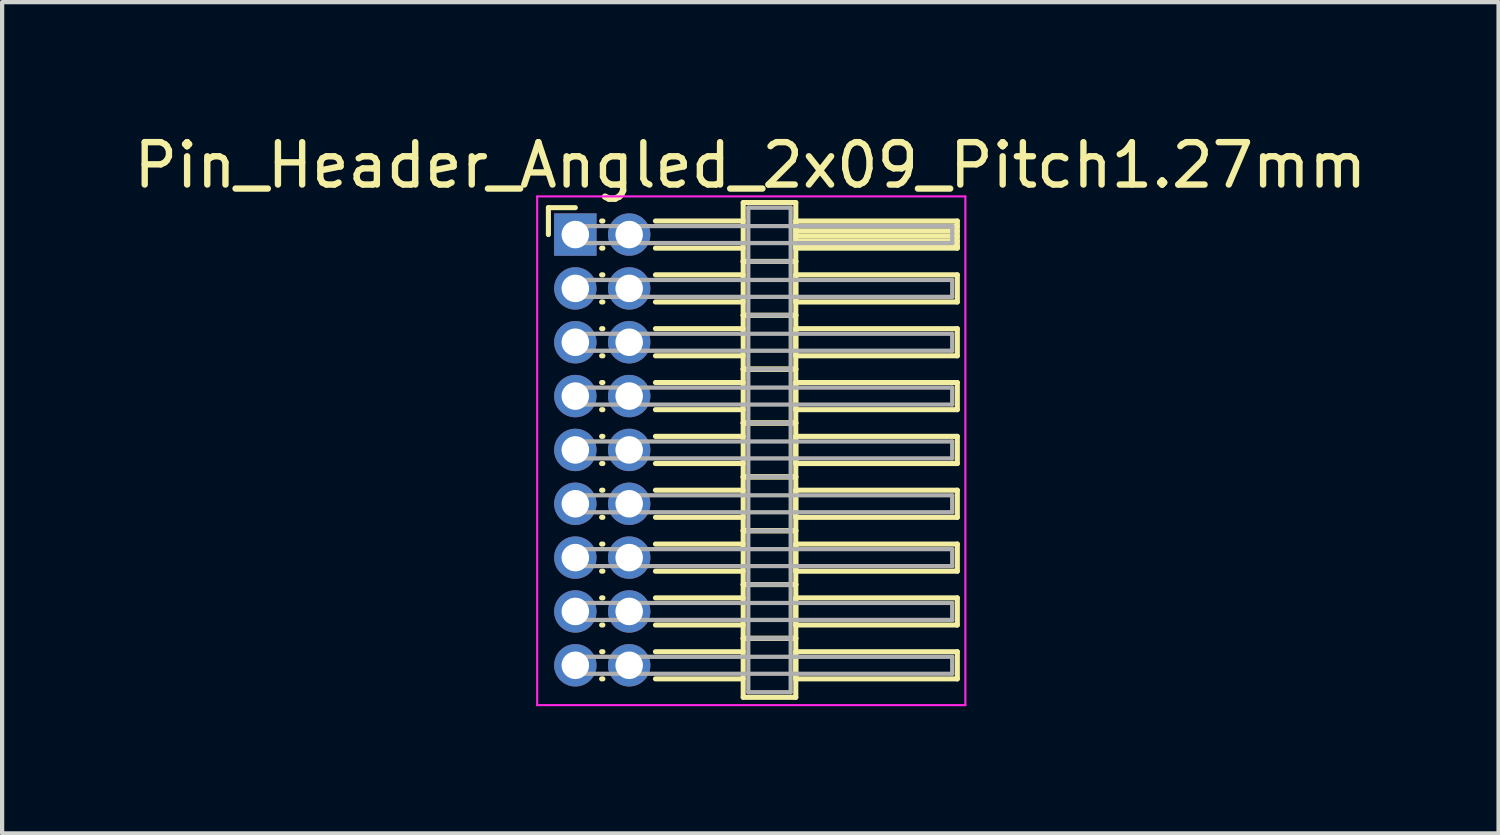
<source format=kicad_pcb>
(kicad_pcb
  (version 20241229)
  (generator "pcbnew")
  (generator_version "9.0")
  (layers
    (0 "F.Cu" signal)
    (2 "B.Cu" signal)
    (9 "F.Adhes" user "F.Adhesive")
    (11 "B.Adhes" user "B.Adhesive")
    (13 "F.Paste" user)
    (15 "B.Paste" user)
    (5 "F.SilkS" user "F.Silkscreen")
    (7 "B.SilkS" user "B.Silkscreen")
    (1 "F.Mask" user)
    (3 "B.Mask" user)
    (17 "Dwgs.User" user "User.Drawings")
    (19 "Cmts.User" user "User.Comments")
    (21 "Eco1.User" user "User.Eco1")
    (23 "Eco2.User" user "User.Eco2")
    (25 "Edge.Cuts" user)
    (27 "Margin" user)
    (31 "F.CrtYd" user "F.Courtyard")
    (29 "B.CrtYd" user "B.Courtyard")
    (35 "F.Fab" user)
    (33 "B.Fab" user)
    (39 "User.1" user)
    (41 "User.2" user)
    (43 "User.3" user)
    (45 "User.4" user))
  (footprint "Pin_Header_Angled_2x09_Pitch1.27mm"
    (layer "F.Cu")
    (at 10.521 2.483)
    (property "Reference" "Pin_Header_Angled_2x09_Pitch1.27mm" (at 4.128 -1.635 0) (layer "F.SilkS") (effects (font (size 1 1) (thickness 0.15))))
    (attr through_hole)
    (fp_line (start -0.635 -0.635) (end 0 -0.635) (stroke (width 0.12) (type solid)) (layer "F.SilkS"))
    (fp_line (start -0.635 0) (end -0.635 -0.635) (stroke (width 0.12) (type solid)) (layer "F.SilkS"))
    (fp_line (start 0.62 -0.32) (end 0.65 -0.32) (stroke (width 0.12) (type solid)) (layer "F.SilkS"))
    (fp_line (start 0.62 0.32) (end 0.65 0.32) (stroke (width 0.12) (type solid)) (layer "F.SilkS"))
    (fp_line (start 0.62 0.95) (end 0.65 0.95) (stroke (width 0.12) (type solid)) (layer "F.SilkS"))
    (fp_line (start 0.62 1.59) (end 0.65 1.59) (stroke (width 0.12) (type solid)) (layer "F.SilkS"))
    (fp_line (start 0.62 2.22) (end 0.65 2.22) (stroke (width 0.12) (type solid)) (layer "F.SilkS"))
    (fp_line (start 0.62 2.86) (end 0.65 2.86) (stroke (width 0.12) (type solid)) (layer "F.SilkS"))
    (fp_line (start 0.62 3.49) (end 0.65 3.49) (stroke (width 0.12) (type solid)) (layer "F.SilkS"))
    (fp_line (start 0.62 4.13) (end 0.65 4.13) (stroke (width 0.12) (type solid)) (layer "F.SilkS"))
    (fp_line (start 0.62 4.76) (end 0.65 4.76) (stroke (width 0.12) (type solid)) (layer "F.SilkS"))
    (fp_line (start 0.62 5.4) (end 0.65 5.4) (stroke (width 0.12) (type solid)) (layer "F.SilkS"))
    (fp_line (start 0.62 6.03) (end 0.65 6.03) (stroke (width 0.12) (type solid)) (layer "F.SilkS"))
    (fp_line (start 0.62 6.67) (end 0.65 6.67) (stroke (width 0.12) (type solid)) (layer "F.SilkS"))
    (fp_line (start 0.62 7.3) (end 0.65 7.3) (stroke (width 0.12) (type solid)) (layer "F.SilkS"))
    (fp_line (start 0.62 7.94) (end 0.65 7.94) (stroke (width 0.12) (type solid)) (layer "F.SilkS"))
    (fp_line (start 0.62 8.57) (end 0.65 8.57) (stroke (width 0.12) (type solid)) (layer "F.SilkS"))
    (fp_line (start 0.62 9.21) (end 0.65 9.21) (stroke (width 0.12) (type solid)) (layer "F.SilkS"))
    (fp_line (start 0.62 9.84) (end 0.65 9.84) (stroke (width 0.12) (type solid)) (layer "F.SilkS"))
    (fp_line (start 0.62 10.48) (end 0.65 10.48) (stroke (width 0.12) (type solid)) (layer "F.SilkS"))
    (fp_line (start 1.89 -0.32) (end 3.96 -0.32) (stroke (width 0.12) (type solid)) (layer "F.SilkS"))
    (fp_line (start 1.89 0.32) (end 3.96 0.32) (stroke (width 0.12) (type solid)) (layer "F.SilkS"))
    (fp_line (start 1.89 0.95) (end 3.96 0.95) (stroke (width 0.12) (type solid)) (layer "F.SilkS"))
    (fp_line (start 1.89 1.59) (end 3.96 1.59) (stroke (width 0.12) (type solid)) (layer "F.SilkS"))
    (fp_line (start 1.89 2.22) (end 3.96 2.22) (stroke (width 0.12) (type solid)) (layer "F.SilkS"))
    (fp_line (start 1.89 2.86) (end 3.96 2.86) (stroke (width 0.12) (type solid)) (layer "F.SilkS"))
    (fp_line (start 1.89 3.49) (end 3.96 3.49) (stroke (width 0.12) (type solid)) (layer "F.SilkS"))
    (fp_line (start 1.89 4.13) (end 3.96 4.13) (stroke (width 0.12) (type solid)) (layer "F.SilkS"))
    (fp_line (start 1.89 4.76) (end 3.96 4.76) (stroke (width 0.12) (type solid)) (layer "F.SilkS"))
    (fp_line (start 1.89 5.4) (end 3.96 5.4) (stroke (width 0.12) (type solid)) (layer "F.SilkS"))
    (fp_line (start 1.89 6.03) (end 3.96 6.03) (stroke (width 0.12) (type solid)) (layer "F.SilkS"))
    (fp_line (start 1.89 6.67) (end 3.96 6.67) (stroke (width 0.12) (type solid)) (layer "F.SilkS"))
    (fp_line (start 1.89 7.3) (end 3.96 7.3) (stroke (width 0.12) (type solid)) (layer "F.SilkS"))
    (fp_line (start 1.89 7.94) (end 3.96 7.94) (stroke (width 0.12) (type solid)) (layer "F.SilkS"))
    (fp_line (start 1.89 8.57) (end 3.96 8.57) (stroke (width 0.12) (type solid)) (layer "F.SilkS"))
    (fp_line (start 1.89 9.21) (end 3.96 9.21) (stroke (width 0.12) (type solid)) (layer "F.SilkS"))
    (fp_line (start 1.89 9.84) (end 3.96 9.84) (stroke (width 0.12) (type solid)) (layer "F.SilkS"))
    (fp_line (start 1.89 10.48) (end 3.96 10.48) (stroke (width 0.12) (type solid)) (layer "F.SilkS"))
    (fp_line (start 3.96 -0.755) (end 3.96 0.635) (stroke (width 0.12) (type solid)) (layer "F.SilkS"))
    (fp_line (start 3.96 0.635) (end 3.96 1.905) (stroke (width 0.12) (type solid)) (layer "F.SilkS"))
    (fp_line (start 3.96 0.635) (end 5.2 0.635) (stroke (width 0.12) (type solid)) (layer "F.SilkS"))
    (fp_line (start 3.96 1.905) (end 3.96 3.175) (stroke (width 0.12) (type solid)) (layer "F.SilkS"))
    (fp_line (start 3.96 1.905) (end 5.2 1.905) (stroke (width 0.12) (type solid)) (layer "F.SilkS"))
    (fp_line (start 3.96 3.175) (end 3.96 4.445) (stroke (width 0.12) (type solid)) (layer "F.SilkS"))
    (fp_line (start 3.96 3.175) (end 5.2 3.175) (stroke (width 0.12) (type solid)) (layer "F.SilkS"))
    (fp_line (start 3.96 4.445) (end 3.96 5.715) (stroke (width 0.12) (type solid)) (layer "F.SilkS"))
    (fp_line (start 3.96 4.445) (end 5.2 4.445) (stroke (width 0.12) (type solid)) (layer "F.SilkS"))
    (fp_line (start 3.96 5.715) (end 3.96 6.985) (stroke (width 0.12) (type solid)) (layer "F.SilkS"))
    (fp_line (start 3.96 5.715) (end 5.2 5.715) (stroke (width 0.12) (type solid)) (layer "F.SilkS"))
    (fp_line (start 3.96 6.985) (end 3.96 8.255) (stroke (width 0.12) (type solid)) (layer "F.SilkS"))
    (fp_line (start 3.96 6.985) (end 5.2 6.985) (stroke (width 0.12) (type solid)) (layer "F.SilkS"))
    (fp_line (start 3.96 8.255) (end 3.96 9.525) (stroke (width 0.12) (type solid)) (layer "F.SilkS"))
    (fp_line (start 3.96 8.255) (end 5.2 8.255) (stroke (width 0.12) (type solid)) (layer "F.SilkS"))
    (fp_line (start 3.96 9.525) (end 3.96 10.915) (stroke (width 0.12) (type solid)) (layer "F.SilkS"))
    (fp_line (start 3.96 9.525) (end 5.2 9.525) (stroke (width 0.12) (type solid)) (layer "F.SilkS"))
    (fp_line (start 3.96 10.915) (end 5.2 10.915) (stroke (width 0.12) (type solid)) (layer "F.SilkS"))
    (fp_line (start 5.2 -0.755) (end 3.96 -0.755) (stroke (width 0.12) (type solid)) (layer "F.SilkS"))
    (fp_line (start 5.2 -0.32) (end 5.2 0.32) (stroke (width 0.12) (type solid)) (layer "F.SilkS"))
    (fp_line (start 5.2 -0.2) (end 9.01 -0.2) (stroke (width 0.12) (type solid)) (layer "F.SilkS"))
    (fp_line (start 5.2 -0.08) (end 9.01 -0.08) (stroke (width 0.12) (type solid)) (layer "F.SilkS"))
    (fp_line (start 5.2 0.04) (end 9.01 0.04) (stroke (width 0.12) (type solid)) (layer "F.SilkS"))
    (fp_line (start 5.2 0.16) (end 9.01 0.16) (stroke (width 0.12) (type solid)) (layer "F.SilkS"))
    (fp_line (start 5.2 0.28) (end 9.01 0.28) (stroke (width 0.12) (type solid)) (layer "F.SilkS"))
    (fp_line (start 5.2 0.32) (end 9.01 0.32) (stroke (width 0.12) (type solid)) (layer "F.SilkS"))
    (fp_line (start 5.2 0.635) (end 3.96 0.635) (stroke (width 0.12) (type solid)) (layer "F.SilkS"))
    (fp_line (start 5.2 0.635) (end 5.2 -0.755) (stroke (width 0.12) (type solid)) (layer "F.SilkS"))
    (fp_line (start 5.2 0.95) (end 5.2 1.59) (stroke (width 0.12) (type solid)) (layer "F.SilkS"))
    (fp_line (start 5.2 1.59) (end 9.01 1.59) (stroke (width 0.12) (type solid)) (layer "F.SilkS"))
    (fp_line (start 5.2 1.905) (end 3.96 1.905) (stroke (width 0.12) (type solid)) (layer "F.SilkS"))
    (fp_line (start 5.2 1.905) (end 5.2 0.635) (stroke (width 0.12) (type solid)) (layer "F.SilkS"))
    (fp_line (start 5.2 2.22) (end 5.2 2.86) (stroke (width 0.12) (type solid)) (layer "F.SilkS"))
    (fp_line (start 5.2 2.86) (end 9.01 2.86) (stroke (width 0.12) (type solid)) (layer "F.SilkS"))
    (fp_line (start 5.2 3.175) (end 3.96 3.175) (stroke (width 0.12) (type solid)) (layer "F.SilkS"))
    (fp_line (start 5.2 3.175) (end 5.2 1.905) (stroke (width 0.12) (type solid)) (layer "F.SilkS"))
    (fp_line (start 5.2 3.49) (end 5.2 4.13) (stroke (width 0.12) (type solid)) (layer "F.SilkS"))
    (fp_line (start 5.2 4.13) (end 9.01 4.13) (stroke (width 0.12) (type solid)) (layer "F.SilkS"))
    (fp_line (start 5.2 4.445) (end 3.96 4.445) (stroke (width 0.12) (type solid)) (layer "F.SilkS"))
    (fp_line (start 5.2 4.445) (end 5.2 3.175) (stroke (width 0.12) (type solid)) (layer "F.SilkS"))
    (fp_line (start 5.2 4.76) (end 5.2 5.4) (stroke (width 0.12) (type solid)) (layer "F.SilkS"))
    (fp_line (start 5.2 5.4) (end 9.01 5.4) (stroke (width 0.12) (type solid)) (layer "F.SilkS"))
    (fp_line (start 5.2 5.715) (end 3.96 5.715) (stroke (width 0.12) (type solid)) (layer "F.SilkS"))
    (fp_line (start 5.2 5.715) (end 5.2 4.445) (stroke (width 0.12) (type solid)) (layer "F.SilkS"))
    (fp_line (start 5.2 6.03) (end 5.2 6.67) (stroke (width 0.12) (type solid)) (layer "F.SilkS"))
    (fp_line (start 5.2 6.67) (end 9.01 6.67) (stroke (width 0.12) (type solid)) (layer "F.SilkS"))
    (fp_line (start 5.2 6.985) (end 3.96 6.985) (stroke (width 0.12) (type solid)) (layer "F.SilkS"))
    (fp_line (start 5.2 6.985) (end 5.2 5.715) (stroke (width 0.12) (type solid)) (layer "F.SilkS"))
    (fp_line (start 5.2 7.3) (end 5.2 7.94) (stroke (width 0.12) (type solid)) (layer "F.SilkS"))
    (fp_line (start 5.2 7.94) (end 9.01 7.94) (stroke (width 0.12) (type solid)) (layer "F.SilkS"))
    (fp_line (start 5.2 8.255) (end 3.96 8.255) (stroke (width 0.12) (type solid)) (layer "F.SilkS"))
    (fp_line (start 5.2 8.255) (end 5.2 6.985) (stroke (width 0.12) (type solid)) (layer "F.SilkS"))
    (fp_line (start 5.2 8.57) (end 5.2 9.21) (stroke (width 0.12) (type solid)) (layer "F.SilkS"))
    (fp_line (start 5.2 9.21) (end 9.01 9.21) (stroke (width 0.12) (type solid)) (layer "F.SilkS"))
    (fp_line (start 5.2 9.525) (end 3.96 9.525) (stroke (width 0.12) (type solid)) (layer "F.SilkS"))
    (fp_line (start 5.2 9.525) (end 5.2 8.255) (stroke (width 0.12) (type solid)) (layer "F.SilkS"))
    (fp_line (start 5.2 9.84) (end 5.2 10.48) (stroke (width 0.12) (type solid)) (layer "F.SilkS"))
    (fp_line (start 5.2 10.48) (end 9.01 10.48) (stroke (width 0.12) (type solid)) (layer "F.SilkS"))
    (fp_line (start 5.2 10.915) (end 5.2 9.525) (stroke (width 0.12) (type solid)) (layer "F.SilkS"))
    (fp_line (start 9.01 -0.32) (end 5.2 -0.32) (stroke (width 0.12) (type solid)) (layer "F.SilkS"))
    (fp_line (start 9.01 0.32) (end 9.01 -0.32) (stroke (width 0.12) (type solid)) (layer "F.SilkS"))
    (fp_line (start 9.01 0.95) (end 5.2 0.95) (stroke (width 0.12) (type solid)) (layer "F.SilkS"))
    (fp_line (start 9.01 1.59) (end 9.01 0.95) (stroke (width 0.12) (type solid)) (layer "F.SilkS"))
    (fp_line (start 9.01 2.22) (end 5.2 2.22) (stroke (width 0.12) (type solid)) (layer "F.SilkS"))
    (fp_line (start 9.01 2.86) (end 9.01 2.22) (stroke (width 0.12) (type solid)) (layer "F.SilkS"))
    (fp_line (start 9.01 3.49) (end 5.2 3.49) (stroke (width 0.12) (type solid)) (layer "F.SilkS"))
    (fp_line (start 9.01 4.13) (end 9.01 3.49) (stroke (width 0.12) (type solid)) (layer "F.SilkS"))
    (fp_line (start 9.01 4.76) (end 5.2 4.76) (stroke (width 0.12) (type solid)) (layer "F.SilkS"))
    (fp_line (start 9.01 5.4) (end 9.01 4.76) (stroke (width 0.12) (type solid)) (layer "F.SilkS"))
    (fp_line (start 9.01 6.03) (end 5.2 6.03) (stroke (width 0.12) (type solid)) (layer "F.SilkS"))
    (fp_line (start 9.01 6.67) (end 9.01 6.03) (stroke (width 0.12) (type solid)) (layer "F.SilkS"))
    (fp_line (start 9.01 7.3) (end 5.2 7.3) (stroke (width 0.12) (type solid)) (layer "F.SilkS"))
    (fp_line (start 9.01 7.94) (end 9.01 7.3) (stroke (width 0.12) (type solid)) (layer "F.SilkS"))
    (fp_line (start 9.01 8.57) (end 5.2 8.57) (stroke (width 0.12) (type solid)) (layer "F.SilkS"))
    (fp_line (start 9.01 9.21) (end 9.01 8.57) (stroke (width 0.12) (type solid)) (layer "F.SilkS"))
    (fp_line (start 9.01 9.84) (end 5.2 9.84) (stroke (width 0.12) (type solid)) (layer "F.SilkS"))
    (fp_line (start 9.01 10.48) (end 9.01 9.84) (stroke (width 0.12) (type solid)) (layer "F.SilkS"))
    (fp_line (start -0.9 -0.9) (end -0.9 11.1) (stroke (width 0.05) (type solid)) (layer "F.CrtYd"))
    (fp_line (start -0.9 11.1) (end 9.2 11.1) (stroke (width 0.05) (type solid)) (layer "F.CrtYd"))
    (fp_line (start 9.2 -0.9) (end -0.9 -0.9) (stroke (width 0.05) (type solid)) (layer "F.CrtYd"))
    (fp_line (start 9.2 11.1) (end 9.2 -0.9) (stroke (width 0.05) (type solid)) (layer "F.CrtYd"))
    (fp_line (start 0 -0.2) (end 0 0.2) (stroke (width 0.1) (type solid)) (layer "F.Fab"))
    (fp_line (start 0 0.2) (end 8.89 0.2) (stroke (width 0.1) (type solid)) (layer "F.Fab"))
    (fp_line (start 0 1.07) (end 0 1.47) (stroke (width 0.1) (type solid)) (layer "F.Fab"))
    (fp_line (start 0 1.47) (end 8.89 1.47) (stroke (width 0.1) (type solid)) (layer "F.Fab"))
    (fp_line (start 0 2.34) (end 0 2.74) (stroke (width 0.1) (type solid)) (layer "F.Fab"))
    (fp_line (start 0 2.74) (end 8.89 2.74) (stroke (width 0.1) (type solid)) (layer "F.Fab"))
    (fp_line (start 0 3.61) (end 0 4.01) (stroke (width 0.1) (type solid)) (layer "F.Fab"))
    (fp_line (start 0 4.01) (end 8.89 4.01) (stroke (width 0.1) (type solid)) (layer "F.Fab"))
    (fp_line (start 0 4.88) (end 0 5.28) (stroke (width 0.1) (type solid)) (layer "F.Fab"))
    (fp_line (start 0 5.28) (end 8.89 5.28) (stroke (width 0.1) (type solid)) (layer "F.Fab"))
    (fp_line (start 0 6.15) (end 0 6.55) (stroke (width 0.1) (type solid)) (layer "F.Fab"))
    (fp_line (start 0 6.55) (end 8.89 6.55) (stroke (width 0.1) (type solid)) (layer "F.Fab"))
    (fp_line (start 0 7.42) (end 0 7.82) (stroke (width 0.1) (type solid)) (layer "F.Fab"))
    (fp_line (start 0 7.82) (end 8.89 7.82) (stroke (width 0.1) (type solid)) (layer "F.Fab"))
    (fp_line (start 0 8.69) (end 0 9.09) (stroke (width 0.1) (type solid)) (layer "F.Fab"))
    (fp_line (start 0 9.09) (end 8.89 9.09) (stroke (width 0.1) (type solid)) (layer "F.Fab"))
    (fp_line (start 0 9.96) (end 0 10.36) (stroke (width 0.1) (type solid)) (layer "F.Fab"))
    (fp_line (start 0 10.36) (end 8.89 10.36) (stroke (width 0.1) (type solid)) (layer "F.Fab"))
    (fp_line (start 4.08 -0.635) (end 4.08 0.635) (stroke (width 0.1) (type solid)) (layer "F.Fab"))
    (fp_line (start 4.08 0.635) (end 4.08 1.905) (stroke (width 0.1) (type solid)) (layer "F.Fab"))
    (fp_line (start 4.08 0.635) (end 5.08 0.635) (stroke (width 0.1) (type solid)) (layer "F.Fab"))
    (fp_line (start 4.08 1.905) (end 4.08 3.175) (stroke (width 0.1) (type solid)) (layer "F.Fab"))
    (fp_line (start 4.08 1.905) (end 5.08 1.905) (stroke (width 0.1) (type solid)) (layer "F.Fab"))
    (fp_line (start 4.08 3.175) (end 4.08 4.445) (stroke (width 0.1) (type solid)) (layer "F.Fab"))
    (fp_line (start 4.08 3.175) (end 5.08 3.175) (stroke (width 0.1) (type solid)) (layer "F.Fab"))
    (fp_line (start 4.08 4.445) (end 4.08 5.715) (stroke (width 0.1) (type solid)) (layer "F.Fab"))
    (fp_line (start 4.08 4.445) (end 5.08 4.445) (stroke (width 0.1) (type solid)) (layer "F.Fab"))
    (fp_line (start 4.08 5.715) (end 4.08 6.985) (stroke (width 0.1) (type solid)) (layer "F.Fab"))
    (fp_line (start 4.08 5.715) (end 5.08 5.715) (stroke (width 0.1) (type solid)) (layer "F.Fab"))
    (fp_line (start 4.08 6.985) (end 4.08 8.255) (stroke (width 0.1) (type solid)) (layer "F.Fab"))
    (fp_line (start 4.08 6.985) (end 5.08 6.985) (stroke (width 0.1) (type solid)) (layer "F.Fab"))
    (fp_line (start 4.08 8.255) (end 4.08 9.525) (stroke (width 0.1) (type solid)) (layer "F.Fab"))
    (fp_line (start 4.08 8.255) (end 5.08 8.255) (stroke (width 0.1) (type solid)) (layer "F.Fab"))
    (fp_line (start 4.08 9.525) (end 4.08 10.795) (stroke (width 0.1) (type solid)) (layer "F.Fab"))
    (fp_line (start 4.08 9.525) (end 5.08 9.525) (stroke (width 0.1) (type solid)) (layer "F.Fab"))
    (fp_line (start 4.08 10.795) (end 5.08 10.795) (stroke (width 0.1) (type solid)) (layer "F.Fab"))
    (fp_line (start 5.08 -0.635) (end 4.08 -0.635) (stroke (width 0.1) (type solid)) (layer "F.Fab"))
    (fp_line (start 5.08 0.635) (end 4.08 0.635) (stroke (width 0.1) (type solid)) (layer "F.Fab"))
    (fp_line (start 5.08 0.635) (end 5.08 -0.635) (stroke (width 0.1) (type solid)) (layer "F.Fab"))
    (fp_line (start 5.08 1.905) (end 4.08 1.905) (stroke (width 0.1) (type solid)) (layer "F.Fab"))
    (fp_line (start 5.08 1.905) (end 5.08 0.635) (stroke (width 0.1) (type solid)) (layer "F.Fab"))
    (fp_line (start 5.08 3.175) (end 4.08 3.175) (stroke (width 0.1) (type solid)) (layer "F.Fab"))
    (fp_line (start 5.08 3.175) (end 5.08 1.905) (stroke (width 0.1) (type solid)) (layer "F.Fab"))
    (fp_line (start 5.08 4.445) (end 4.08 4.445) (stroke (width 0.1) (type solid)) (layer "F.Fab"))
    (fp_line (start 5.08 4.445) (end 5.08 3.175) (stroke (width 0.1) (type solid)) (layer "F.Fab"))
    (fp_line (start 5.08 5.715) (end 4.08 5.715) (stroke (width 0.1) (type solid)) (layer "F.Fab"))
    (fp_line (start 5.08 5.715) (end 5.08 4.445) (stroke (width 0.1) (type solid)) (layer "F.Fab"))
    (fp_line (start 5.08 6.985) (end 4.08 6.985) (stroke (width 0.1) (type solid)) (layer "F.Fab"))
    (fp_line (start 5.08 6.985) (end 5.08 5.715) (stroke (width 0.1) (type solid)) (layer "F.Fab"))
    (fp_line (start 5.08 8.255) (end 4.08 8.255) (stroke (width 0.1) (type solid)) (layer "F.Fab"))
    (fp_line (start 5.08 8.255) (end 5.08 6.985) (stroke (width 0.1) (type solid)) (layer "F.Fab"))
    (fp_line (start 5.08 9.525) (end 4.08 9.525) (stroke (width 0.1) (type solid)) (layer "F.Fab"))
    (fp_line (start 5.08 9.525) (end 5.08 8.255) (stroke (width 0.1) (type solid)) (layer "F.Fab"))
    (fp_line (start 5.08 10.795) (end 5.08 9.525) (stroke (width 0.1) (type solid)) (layer "F.Fab"))
    (fp_line (start 8.89 -0.2) (end 0 -0.2) (stroke (width 0.1) (type solid)) (layer "F.Fab"))
    (fp_line (start 8.89 0.2) (end 8.89 -0.2) (stroke (width 0.1) (type solid)) (layer "F.Fab"))
    (fp_line (start 8.89 1.07) (end 0 1.07) (stroke (width 0.1) (type solid)) (layer "F.Fab"))
    (fp_line (start 8.89 1.47) (end 8.89 1.07) (stroke (width 0.1) (type solid)) (layer "F.Fab"))
    (fp_line (start 8.89 2.34) (end 0 2.34) (stroke (width 0.1) (type solid)) (layer "F.Fab"))
    (fp_line (start 8.89 2.74) (end 8.89 2.34) (stroke (width 0.1) (type solid)) (layer "F.Fab"))
    (fp_line (start 8.89 3.61) (end 0 3.61) (stroke (width 0.1) (type solid)) (layer "F.Fab"))
    (fp_line (start 8.89 4.01) (end 8.89 3.61) (stroke (width 0.1) (type solid)) (layer "F.Fab"))
    (fp_line (start 8.89 4.88) (end 0 4.88) (stroke (width 0.1) (type solid)) (layer "F.Fab"))
    (fp_line (start 8.89 5.28) (end 8.89 4.88) (stroke (width 0.1) (type solid)) (layer "F.Fab"))
    (fp_line (start 8.89 6.15) (end 0 6.15) (stroke (width 0.1) (type solid)) (layer "F.Fab"))
    (fp_line (start 8.89 6.55) (end 8.89 6.15) (stroke (width 0.1) (type solid)) (layer "F.Fab"))
    (fp_line (start 8.89 7.42) (end 0 7.42) (stroke (width 0.1) (type solid)) (layer "F.Fab"))
    (fp_line (start 8.89 7.82) (end 8.89 7.42) (stroke (width 0.1) (type solid)) (layer "F.Fab"))
    (fp_line (start 8.89 8.69) (end 0 8.69) (stroke (width 0.1) (type solid)) (layer "F.Fab"))
    (fp_line (start 8.89 9.09) (end 8.89 8.69) (stroke (width 0.1) (type solid)) (layer "F.Fab"))
    (fp_line (start 8.89 9.96) (end 0 9.96) (stroke (width 0.1) (type solid)) (layer "F.Fab"))
    (fp_line (start 8.89 10.36) (end 8.89 9.96) (stroke (width 0.1) (type solid)) (layer "F.Fab"))
    (pad "1" thru_hole rect (at 0 0) (size 1 1) (drill 0.65) (layers "*.Cu" "*.Mask"))
    (pad "2" thru_hole oval (at 1.27 0) (size 1 1) (drill 0.65) (layers "*.Cu" "*.Mask"))
    (pad "3" thru_hole oval (at 0 1.27) (size 1 1) (drill 0.65) (layers "*.Cu" "*.Mask"))
    (pad "4" thru_hole oval (at 1.27 1.27) (size 1 1) (drill 0.65) (layers "*.Cu" "*.Mask"))
    (pad "5" thru_hole oval (at 0 2.54) (size 1 1) (drill 0.65) (layers "*.Cu" "*.Mask"))
    (pad "6" thru_hole oval (at 1.27 2.54) (size 1 1) (drill 0.65) (layers "*.Cu" "*.Mask"))
    (pad "7" thru_hole oval (at 0 3.81) (size 1 1) (drill 0.65) (layers "*.Cu" "*.Mask"))
    (pad "8" thru_hole oval (at 1.27 3.81) (size 1 1) (drill 0.65) (layers "*.Cu" "*.Mask"))
    (pad "9" thru_hole oval (at 0 5.08) (size 1 1) (drill 0.65) (layers "*.Cu" "*.Mask"))
    (pad "10" thru_hole oval (at 1.27 5.08) (size 1 1) (drill 0.65) (layers "*.Cu" "*.Mask"))
    (pad "11" thru_hole oval (at 0 6.35) (size 1 1) (drill 0.65) (layers "*.Cu" "*.Mask"))
    (pad "12" thru_hole oval (at 1.27 6.35) (size 1 1) (drill 0.65) (layers "*.Cu" "*.Mask"))
    (pad "13" thru_hole oval (at 0 7.62) (size 1 1) (drill 0.65) (layers "*.Cu" "*.Mask"))
    (pad "14" thru_hole oval (at 1.27 7.62) (size 1 1) (drill 0.65) (layers "*.Cu" "*.Mask"))
    (pad "15" thru_hole oval (at 0 8.89) (size 1 1) (drill 0.65) (layers "*.Cu" "*.Mask"))
    (pad "16" thru_hole oval (at 1.27 8.89) (size 1 1) (drill 0.65) (layers "*.Cu" "*.Mask"))
    (pad "17" thru_hole oval (at 0 10.16) (size 1 1) (drill 0.65) (layers "*.Cu" "*.Mask"))
    (pad "18" thru_hole oval (at 1.27 10.16) (size 1 1) (drill 0.65) (layers "*.Cu" "*.Mask")))
  (gr_rect
    (start -3 -3)
    (end 32.298 16.608)
    (stroke (width 0.1) (type default))
    (fill no)
    (layer "Edge.Cuts")))
</source>
